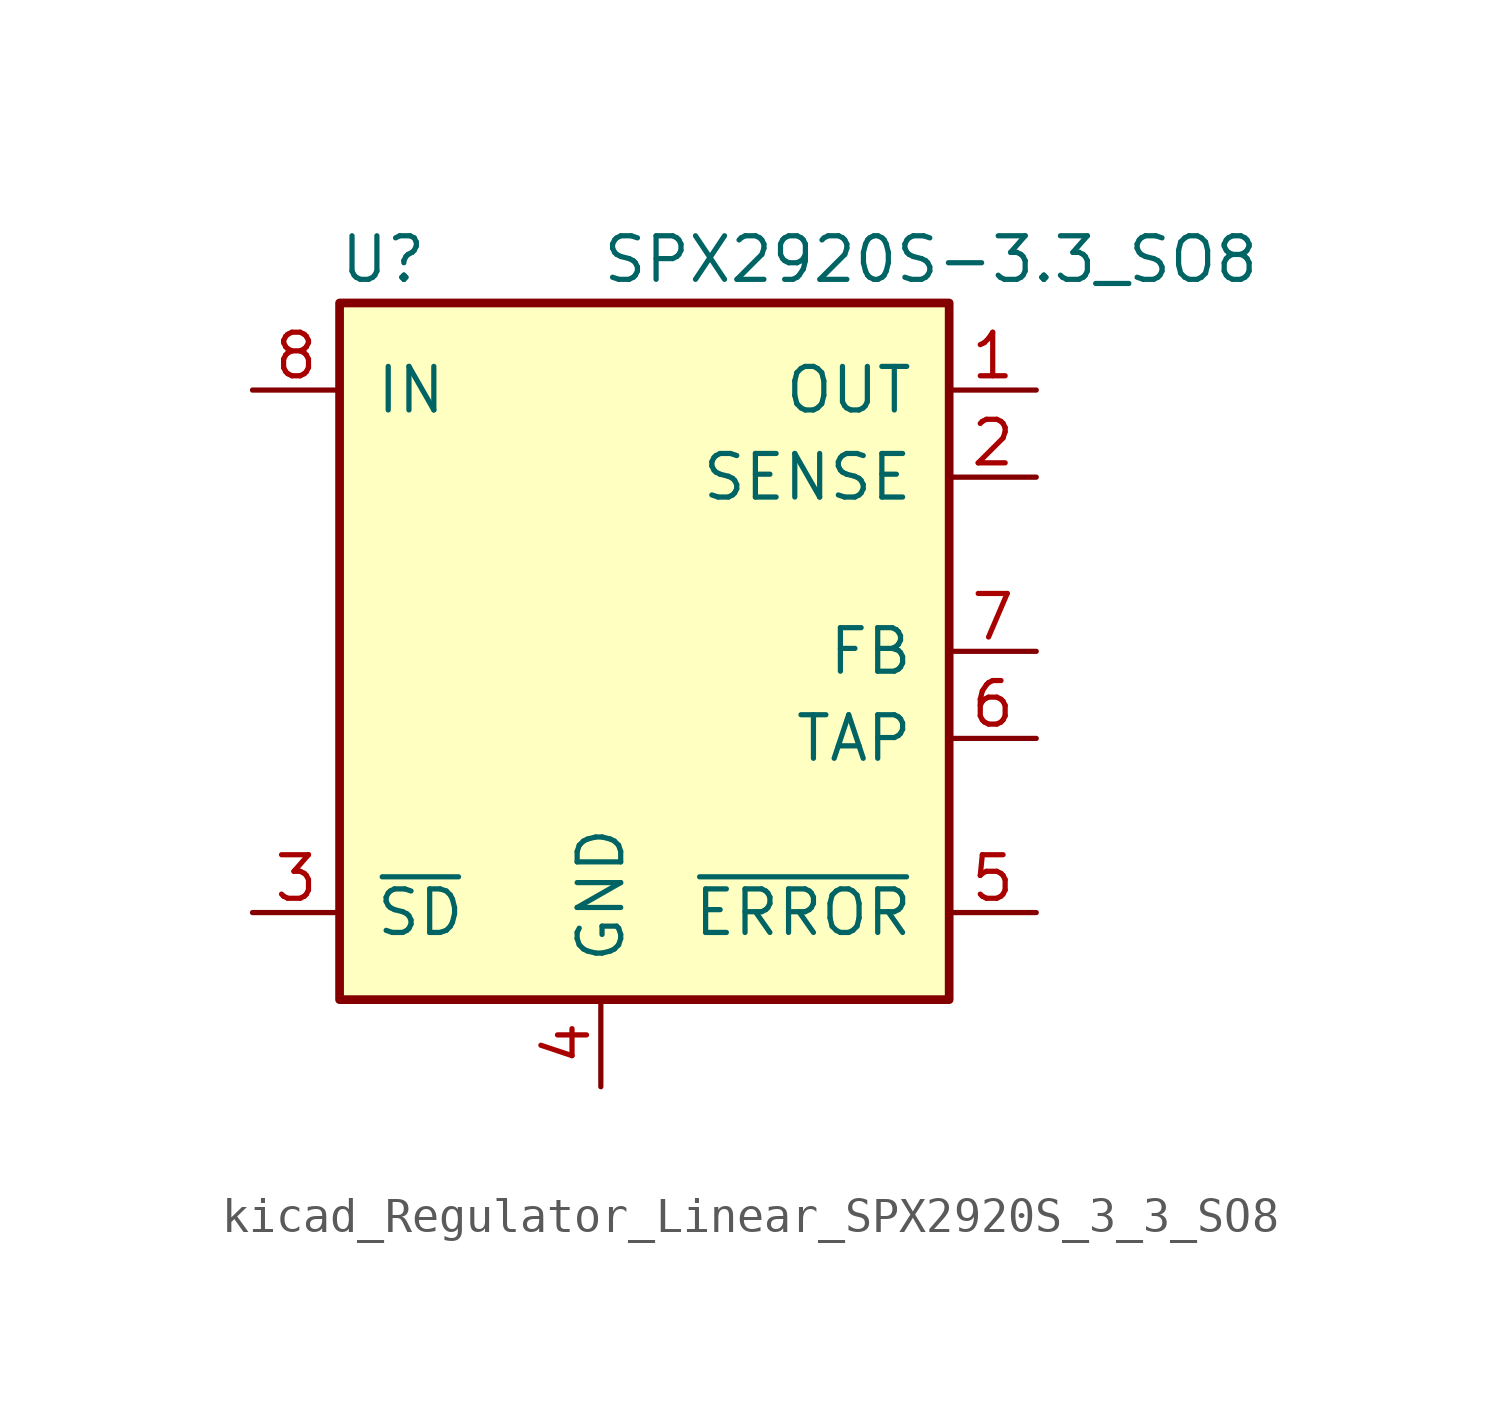
<source format=kicad_sym>
(kicad_symbol_lib
  (version 20220914)
  (generator kicad_symbol_editor)
  (symbol "kicad_Regulator_Linear_SPX2920S_3_3_SO8"
    (pin_names
      (offset 1.016))
    (property "Reference" "U"
      (at -6.35 3.81 0)
      (effects (font (size 1.27 1.27))))
    (property "Value" "SPX2920S-3.3_SO8"
      (at 0 3.81 0)
      (effects (font (size 1.27 1.27)) (justify left)))
    (symbol "kicad_Regulator_Linear_SPX2920S_3_3_SO8_0_1"
      (rectangle (start -7.62 2.54) (end 10.16 -17.78) (stroke (width 0.254) (type default)) (fill (type background))))
    (symbol "kicad_Regulator_Linear_SPX2920S_3_3_SO8_1_1"
      (pin power_out line (at 12.7 0 180) (length 2.54) (name "OUT" (effects (font (size 1.27 1.27)))) (number "1" (effects (font (size 1.27 1.27)))))
      (pin passive line (at 12.7 -2.54 180) (length 2.54) (name "SENSE" (effects (font (size 1.27 1.27)))) (number "2" (effects (font (size 1.27 1.27)))))
      (pin input line (at -10.16 -15.24 0) (length 2.54) (name "~{SD}" (effects (font (size 1.27 1.27)))) (number "3" (effects (font (size 1.27 1.27)))))
      (pin power_in line (at 0 -20.32 90) (length 2.54) (name "GND" (effects (font (size 1.27 1.27)))) (number "4" (effects (font (size 1.27 1.27)))))
      (pin output line (at 12.7 -15.24 180) (length 2.54) (name "~{ERROR}" (effects (font (size 1.27 1.27)))) (number "5" (effects (font (size 1.27 1.27)))))
      (pin passive line (at 12.7 -10.16 180) (length 2.54) (name "TAP" (effects (font (size 1.27 1.27)))) (number "6" (effects (font (size 1.27 1.27)))))
      (pin passive line (at 12.7 -7.62 180) (length 2.54) (name "FB" (effects (font (size 1.27 1.27)))) (number "7" (effects (font (size 1.27 1.27)))))
      (pin power_in line (at -10.16 0 0) (length 2.54) (name "IN" (effects (font (size 1.27 1.27)))) (number "8" (effects (font (size 1.27 1.27))))))))
</source>
